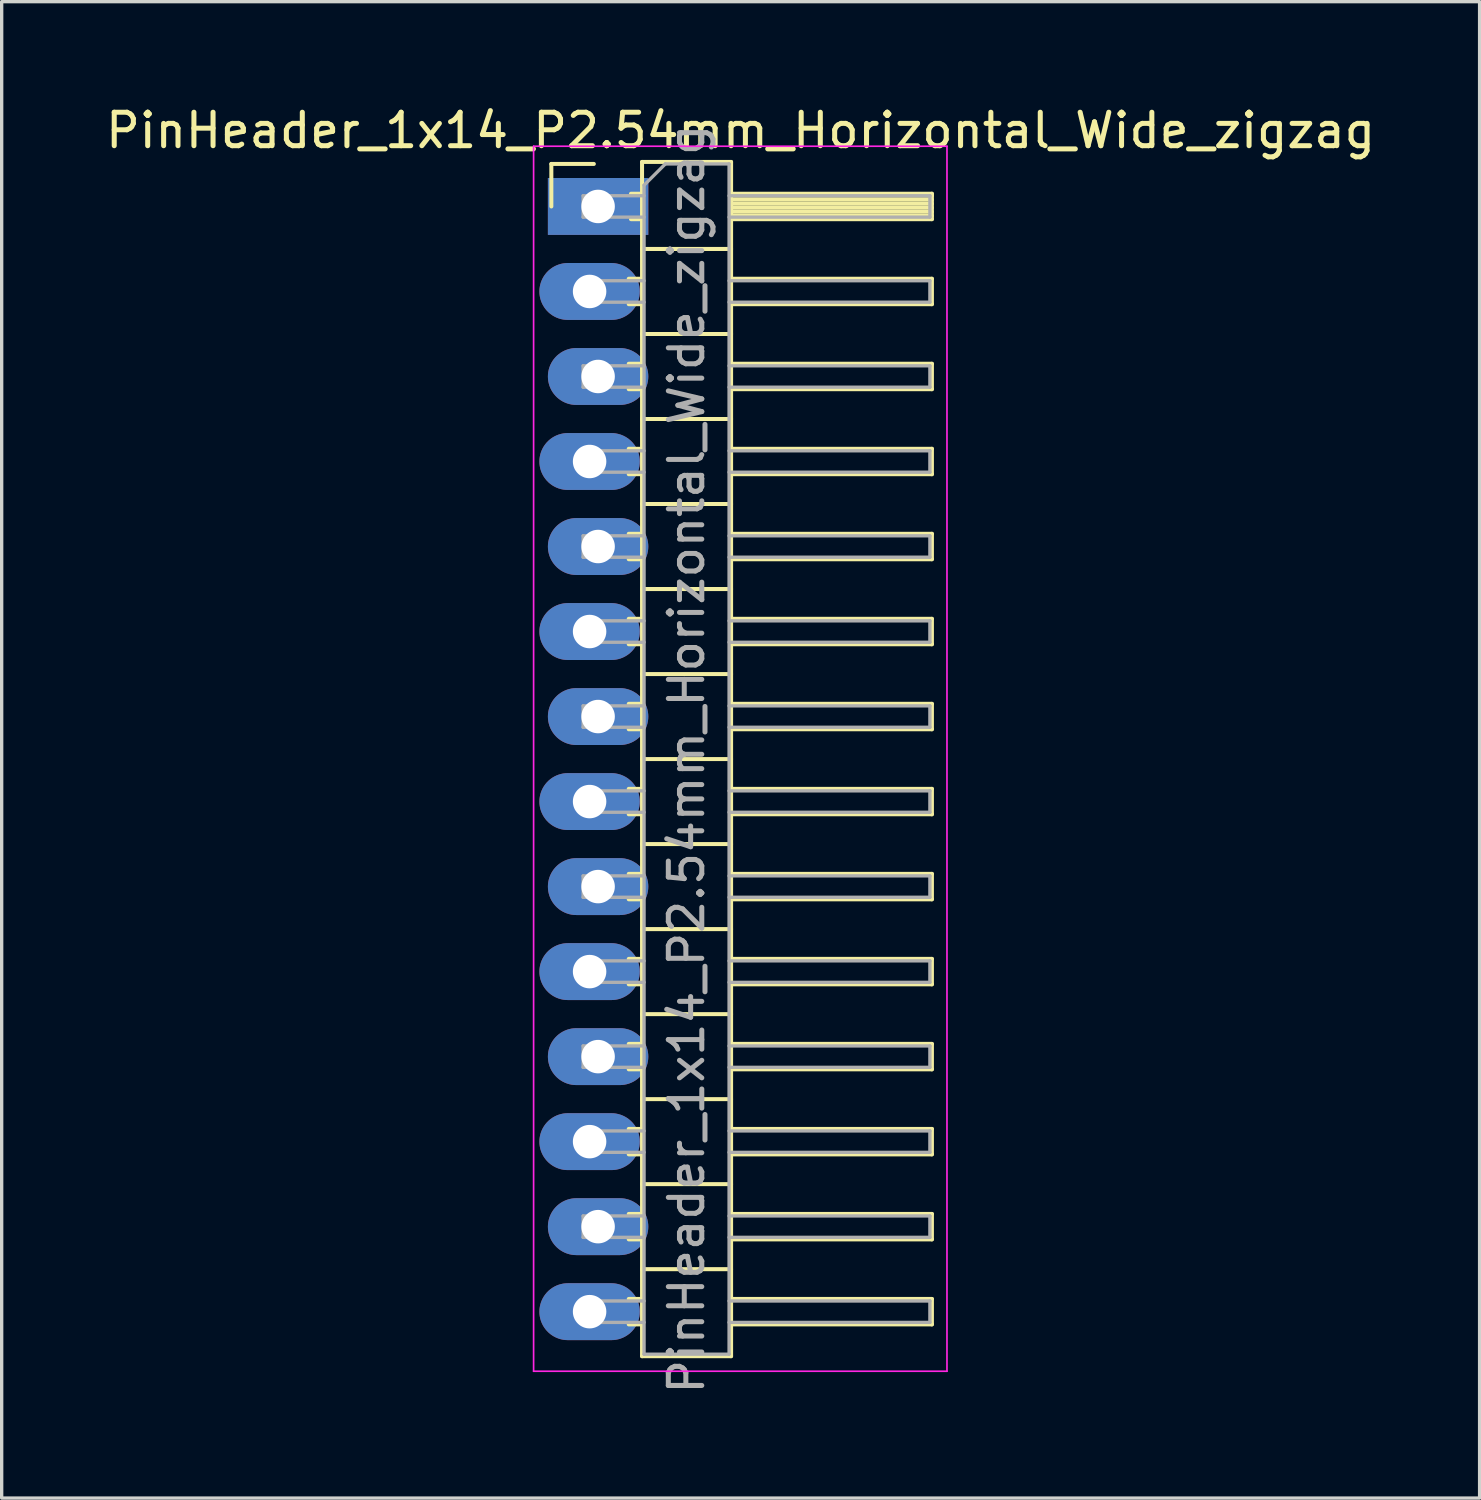
<source format=kicad_pcb>
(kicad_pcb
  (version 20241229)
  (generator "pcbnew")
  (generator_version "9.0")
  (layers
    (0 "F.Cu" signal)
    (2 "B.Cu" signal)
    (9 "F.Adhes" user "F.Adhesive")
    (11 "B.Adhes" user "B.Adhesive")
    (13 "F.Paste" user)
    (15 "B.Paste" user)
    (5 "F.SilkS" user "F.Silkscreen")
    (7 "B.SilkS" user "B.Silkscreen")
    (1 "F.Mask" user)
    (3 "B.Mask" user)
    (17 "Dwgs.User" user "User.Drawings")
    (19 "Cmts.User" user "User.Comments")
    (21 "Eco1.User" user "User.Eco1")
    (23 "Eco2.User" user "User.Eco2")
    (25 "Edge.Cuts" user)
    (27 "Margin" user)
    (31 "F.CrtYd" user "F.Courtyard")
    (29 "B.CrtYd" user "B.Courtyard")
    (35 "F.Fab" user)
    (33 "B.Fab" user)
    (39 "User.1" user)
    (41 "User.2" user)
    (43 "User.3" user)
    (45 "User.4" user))
  (footprint "PinHeader_1x14_P2.54mm_Horizontal_Wide_zigzag"
    (layer "F.Cu")
    (at 14.692 3.118)
    (property "Reference" "PinHeader_1x14_P2.54mm_Horizontal_Wide_zigzag" (at 4.385 -2.27 0) (layer "F.SilkS") (effects (font (size 1 1) (thickness 0.15))))
    (attr through_hole)
    (fp_line (start -1.27 -1.27) (end 0 -1.27) (stroke (width 0.12) (type solid)) (layer "F.SilkS"))
    (fp_line (start -1.27 0) (end -1.27 -1.27) (stroke (width 0.12) (type solid)) (layer "F.SilkS"))
    (fp_line (start 1.043 2.16) (end 1.44 2.16) (stroke (width 0.12) (type solid)) (layer "F.SilkS"))
    (fp_line (start 1.043 2.92) (end 1.44 2.92) (stroke (width 0.12) (type solid)) (layer "F.SilkS"))
    (fp_line (start 1.043 4.7) (end 1.44 4.7) (stroke (width 0.12) (type solid)) (layer "F.SilkS"))
    (fp_line (start 1.043 5.46) (end 1.44 5.46) (stroke (width 0.12) (type solid)) (layer "F.SilkS"))
    (fp_line (start 1.043 7.24) (end 1.44 7.24) (stroke (width 0.12) (type solid)) (layer "F.SilkS"))
    (fp_line (start 1.043 8) (end 1.44 8) (stroke (width 0.12) (type solid)) (layer "F.SilkS"))
    (fp_line (start 1.043 9.78) (end 1.44 9.78) (stroke (width 0.12) (type solid)) (layer "F.SilkS"))
    (fp_line (start 1.043 10.54) (end 1.44 10.54) (stroke (width 0.12) (type solid)) (layer "F.SilkS"))
    (fp_line (start 1.043 12.32) (end 1.44 12.32) (stroke (width 0.12) (type solid)) (layer "F.SilkS"))
    (fp_line (start 1.043 13.08) (end 1.44 13.08) (stroke (width 0.12) (type solid)) (layer "F.SilkS"))
    (fp_line (start 1.043 14.86) (end 1.44 14.86) (stroke (width 0.12) (type solid)) (layer "F.SilkS"))
    (fp_line (start 1.043 15.62) (end 1.44 15.62) (stroke (width 0.12) (type solid)) (layer "F.SilkS"))
    (fp_line (start 1.043 17.4) (end 1.44 17.4) (stroke (width 0.12) (type solid)) (layer "F.SilkS"))
    (fp_line (start 1.043 18.16) (end 1.44 18.16) (stroke (width 0.12) (type solid)) (layer "F.SilkS"))
    (fp_line (start 1.043 19.94) (end 1.44 19.94) (stroke (width 0.12) (type solid)) (layer "F.SilkS"))
    (fp_line (start 1.043 20.7) (end 1.44 20.7) (stroke (width 0.12) (type solid)) (layer "F.SilkS"))
    (fp_line (start 1.043 22.48) (end 1.44 22.48) (stroke (width 0.12) (type solid)) (layer "F.SilkS"))
    (fp_line (start 1.043 23.24) (end 1.44 23.24) (stroke (width 0.12) (type solid)) (layer "F.SilkS"))
    (fp_line (start 1.043 25.02) (end 1.44 25.02) (stroke (width 0.12) (type solid)) (layer "F.SilkS"))
    (fp_line (start 1.043 25.78) (end 1.44 25.78) (stroke (width 0.12) (type solid)) (layer "F.SilkS"))
    (fp_line (start 1.043 27.56) (end 1.44 27.56) (stroke (width 0.12) (type solid)) (layer "F.SilkS"))
    (fp_line (start 1.043 28.32) (end 1.44 28.32) (stroke (width 0.12) (type solid)) (layer "F.SilkS"))
    (fp_line (start 1.043 30.1) (end 1.44 30.1) (stroke (width 0.12) (type solid)) (layer "F.SilkS"))
    (fp_line (start 1.043 30.86) (end 1.44 30.86) (stroke (width 0.12) (type solid)) (layer "F.SilkS"))
    (fp_line (start 1.043 32.64) (end 1.44 32.64) (stroke (width 0.12) (type solid)) (layer "F.SilkS"))
    (fp_line (start 1.043 33.4) (end 1.44 33.4) (stroke (width 0.12) (type solid)) (layer "F.SilkS"))
    (fp_line (start 1.11 -0.38) (end 1.44 -0.38) (stroke (width 0.12) (type solid)) (layer "F.SilkS"))
    (fp_line (start 1.11 0.38) (end 1.44 0.38) (stroke (width 0.12) (type solid)) (layer "F.SilkS"))
    (fp_line (start 1.44 -1.33) (end 1.44 34.35) (stroke (width 0.12) (type solid)) (layer "F.SilkS"))
    (fp_line (start 1.44 1.27) (end 4.1 1.27) (stroke (width 0.12) (type solid)) (layer "F.SilkS"))
    (fp_line (start 1.44 3.81) (end 4.1 3.81) (stroke (width 0.12) (type solid)) (layer "F.SilkS"))
    (fp_line (start 1.44 6.35) (end 4.1 6.35) (stroke (width 0.12) (type solid)) (layer "F.SilkS"))
    (fp_line (start 1.44 8.89) (end 4.1 8.89) (stroke (width 0.12) (type solid)) (layer "F.SilkS"))
    (fp_line (start 1.44 11.43) (end 4.1 11.43) (stroke (width 0.12) (type solid)) (layer "F.SilkS"))
    (fp_line (start 1.44 13.97) (end 4.1 13.97) (stroke (width 0.12) (type solid)) (layer "F.SilkS"))
    (fp_line (start 1.44 16.51) (end 4.1 16.51) (stroke (width 0.12) (type solid)) (layer "F.SilkS"))
    (fp_line (start 1.44 19.05) (end 4.1 19.05) (stroke (width 0.12) (type solid)) (layer "F.SilkS"))
    (fp_line (start 1.44 21.59) (end 4.1 21.59) (stroke (width 0.12) (type solid)) (layer "F.SilkS"))
    (fp_line (start 1.44 24.13) (end 4.1 24.13) (stroke (width 0.12) (type solid)) (layer "F.SilkS"))
    (fp_line (start 1.44 26.67) (end 4.1 26.67) (stroke (width 0.12) (type solid)) (layer "F.SilkS"))
    (fp_line (start 1.44 29.21) (end 4.1 29.21) (stroke (width 0.12) (type solid)) (layer "F.SilkS"))
    (fp_line (start 1.44 31.75) (end 4.1 31.75) (stroke (width 0.12) (type solid)) (layer "F.SilkS"))
    (fp_line (start 1.44 34.35) (end 4.1 34.35) (stroke (width 0.12) (type solid)) (layer "F.SilkS"))
    (fp_line (start 4.1 -1.33) (end 1.44 -1.33) (stroke (width 0.12) (type solid)) (layer "F.SilkS"))
    (fp_line (start 4.1 -0.38) (end 10.1 -0.38) (stroke (width 0.12) (type solid)) (layer "F.SilkS"))
    (fp_line (start 4.1 -0.32) (end 10.1 -0.32) (stroke (width 0.12) (type solid)) (layer "F.SilkS"))
    (fp_line (start 4.1 -0.2) (end 10.1 -0.2) (stroke (width 0.12) (type solid)) (layer "F.SilkS"))
    (fp_line (start 4.1 -0.08) (end 10.1 -0.08) (stroke (width 0.12) (type solid)) (layer "F.SilkS"))
    (fp_line (start 4.1 0.04) (end 10.1 0.04) (stroke (width 0.12) (type solid)) (layer "F.SilkS"))
    (fp_line (start 4.1 0.16) (end 10.1 0.16) (stroke (width 0.12) (type solid)) (layer "F.SilkS"))
    (fp_line (start 4.1 0.28) (end 10.1 0.28) (stroke (width 0.12) (type solid)) (layer "F.SilkS"))
    (fp_line (start 4.1 2.16) (end 10.1 2.16) (stroke (width 0.12) (type solid)) (layer "F.SilkS"))
    (fp_line (start 4.1 4.7) (end 10.1 4.7) (stroke (width 0.12) (type solid)) (layer "F.SilkS"))
    (fp_line (start 4.1 7.24) (end 10.1 7.24) (stroke (width 0.12) (type solid)) (layer "F.SilkS"))
    (fp_line (start 4.1 9.78) (end 10.1 9.78) (stroke (width 0.12) (type solid)) (layer "F.SilkS"))
    (fp_line (start 4.1 12.32) (end 10.1 12.32) (stroke (width 0.12) (type solid)) (layer "F.SilkS"))
    (fp_line (start 4.1 14.86) (end 10.1 14.86) (stroke (width 0.12) (type solid)) (layer "F.SilkS"))
    (fp_line (start 4.1 17.4) (end 10.1 17.4) (stroke (width 0.12) (type solid)) (layer "F.SilkS"))
    (fp_line (start 4.1 19.94) (end 10.1 19.94) (stroke (width 0.12) (type solid)) (layer "F.SilkS"))
    (fp_line (start 4.1 22.48) (end 10.1 22.48) (stroke (width 0.12) (type solid)) (layer "F.SilkS"))
    (fp_line (start 4.1 25.02) (end 10.1 25.02) (stroke (width 0.12) (type solid)) (layer "F.SilkS"))
    (fp_line (start 4.1 27.56) (end 10.1 27.56) (stroke (width 0.12) (type solid)) (layer "F.SilkS"))
    (fp_line (start 4.1 30.1) (end 10.1 30.1) (stroke (width 0.12) (type solid)) (layer "F.SilkS"))
    (fp_line (start 4.1 32.64) (end 10.1 32.64) (stroke (width 0.12) (type solid)) (layer "F.SilkS"))
    (fp_line (start 4.1 34.35) (end 4.1 -1.33) (stroke (width 0.12) (type solid)) (layer "F.SilkS"))
    (fp_line (start 10.1 -0.38) (end 10.1 0.38) (stroke (width 0.12) (type solid)) (layer "F.SilkS"))
    (fp_line (start 10.1 0.38) (end 4.1 0.38) (stroke (width 0.12) (type solid)) (layer "F.SilkS"))
    (fp_line (start 10.1 2.16) (end 10.1 2.92) (stroke (width 0.12) (type solid)) (layer "F.SilkS"))
    (fp_line (start 10.1 2.92) (end 4.1 2.92) (stroke (width 0.12) (type solid)) (layer "F.SilkS"))
    (fp_line (start 10.1 4.7) (end 10.1 5.46) (stroke (width 0.12) (type solid)) (layer "F.SilkS"))
    (fp_line (start 10.1 5.46) (end 4.1 5.46) (stroke (width 0.12) (type solid)) (layer "F.SilkS"))
    (fp_line (start 10.1 7.24) (end 10.1 8) (stroke (width 0.12) (type solid)) (layer "F.SilkS"))
    (fp_line (start 10.1 8) (end 4.1 8) (stroke (width 0.12) (type solid)) (layer "F.SilkS"))
    (fp_line (start 10.1 9.78) (end 10.1 10.54) (stroke (width 0.12) (type solid)) (layer "F.SilkS"))
    (fp_line (start 10.1 10.54) (end 4.1 10.54) (stroke (width 0.12) (type solid)) (layer "F.SilkS"))
    (fp_line (start 10.1 12.32) (end 10.1 13.08) (stroke (width 0.12) (type solid)) (layer "F.SilkS"))
    (fp_line (start 10.1 13.08) (end 4.1 13.08) (stroke (width 0.12) (type solid)) (layer "F.SilkS"))
    (fp_line (start 10.1 14.86) (end 10.1 15.62) (stroke (width 0.12) (type solid)) (layer "F.SilkS"))
    (fp_line (start 10.1 15.62) (end 4.1 15.62) (stroke (width 0.12) (type solid)) (layer "F.SilkS"))
    (fp_line (start 10.1 17.4) (end 10.1 18.16) (stroke (width 0.12) (type solid)) (layer "F.SilkS"))
    (fp_line (start 10.1 18.16) (end 4.1 18.16) (stroke (width 0.12) (type solid)) (layer "F.SilkS"))
    (fp_line (start 10.1 19.94) (end 10.1 20.7) (stroke (width 0.12) (type solid)) (layer "F.SilkS"))
    (fp_line (start 10.1 20.7) (end 4.1 20.7) (stroke (width 0.12) (type solid)) (layer "F.SilkS"))
    (fp_line (start 10.1 22.48) (end 10.1 23.24) (stroke (width 0.12) (type solid)) (layer "F.SilkS"))
    (fp_line (start 10.1 23.24) (end 4.1 23.24) (stroke (width 0.12) (type solid)) (layer "F.SilkS"))
    (fp_line (start 10.1 25.02) (end 10.1 25.78) (stroke (width 0.12) (type solid)) (layer "F.SilkS"))
    (fp_line (start 10.1 25.78) (end 4.1 25.78) (stroke (width 0.12) (type solid)) (layer "F.SilkS"))
    (fp_line (start 10.1 27.56) (end 10.1 28.32) (stroke (width 0.12) (type solid)) (layer "F.SilkS"))
    (fp_line (start 10.1 28.32) (end 4.1 28.32) (stroke (width 0.12) (type solid)) (layer "F.SilkS"))
    (fp_line (start 10.1 30.1) (end 10.1 30.86) (stroke (width 0.12) (type solid)) (layer "F.SilkS"))
    (fp_line (start 10.1 30.86) (end 4.1 30.86) (stroke (width 0.12) (type solid)) (layer "F.SilkS"))
    (fp_line (start 10.1 32.64) (end 10.1 33.4) (stroke (width 0.12) (type solid)) (layer "F.SilkS"))
    (fp_line (start 10.1 33.4) (end 4.1 33.4) (stroke (width 0.12) (type solid)) (layer "F.SilkS"))
    (fp_line (start -1.8 -1.8) (end -1.8 34.8) (stroke (width 0.05) (type solid)) (layer "F.CrtYd"))
    (fp_line (start -1.8 34.8) (end 10.55 34.8) (stroke (width 0.05) (type solid)) (layer "F.CrtYd"))
    (fp_line (start 10.55 -1.8) (end -1.8 -1.8) (stroke (width 0.05) (type solid)) (layer "F.CrtYd"))
    (fp_line (start 10.55 34.8) (end 10.55 -1.8) (stroke (width 0.05) (type solid)) (layer "F.CrtYd"))
    (fp_line (start -0.32 -0.32) (end -0.32 0.32) (stroke (width 0.1) (type solid)) (layer "F.Fab"))
    (fp_line (start -0.32 -0.32) (end 1.5 -0.32) (stroke (width 0.1) (type solid)) (layer "F.Fab"))
    (fp_line (start -0.32 0.32) (end 1.5 0.32) (stroke (width 0.1) (type solid)) (layer "F.Fab"))
    (fp_line (start -0.32 2.22) (end -0.32 2.86) (stroke (width 0.1) (type solid)) (layer "F.Fab"))
    (fp_line (start -0.32 2.22) (end 1.5 2.22) (stroke (width 0.1) (type solid)) (layer "F.Fab"))
    (fp_line (start -0.32 2.86) (end 1.5 2.86) (stroke (width 0.1) (type solid)) (layer "F.Fab"))
    (fp_line (start -0.32 4.76) (end -0.32 5.4) (stroke (width 0.1) (type solid)) (layer "F.Fab"))
    (fp_line (start -0.32 4.76) (end 1.5 4.76) (stroke (width 0.1) (type solid)) (layer "F.Fab"))
    (fp_line (start -0.32 5.4) (end 1.5 5.4) (stroke (width 0.1) (type solid)) (layer "F.Fab"))
    (fp_line (start -0.32 7.3) (end -0.32 7.94) (stroke (width 0.1) (type solid)) (layer "F.Fab"))
    (fp_line (start -0.32 7.3) (end 1.5 7.3) (stroke (width 0.1) (type solid)) (layer "F.Fab"))
    (fp_line (start -0.32 7.94) (end 1.5 7.94) (stroke (width 0.1) (type solid)) (layer "F.Fab"))
    (fp_line (start -0.32 9.84) (end -0.32 10.48) (stroke (width 0.1) (type solid)) (layer "F.Fab"))
    (fp_line (start -0.32 9.84) (end 1.5 9.84) (stroke (width 0.1) (type solid)) (layer "F.Fab"))
    (fp_line (start -0.32 10.48) (end 1.5 10.48) (stroke (width 0.1) (type solid)) (layer "F.Fab"))
    (fp_line (start -0.32 12.38) (end -0.32 13.02) (stroke (width 0.1) (type solid)) (layer "F.Fab"))
    (fp_line (start -0.32 12.38) (end 1.5 12.38) (stroke (width 0.1) (type solid)) (layer "F.Fab"))
    (fp_line (start -0.32 13.02) (end 1.5 13.02) (stroke (width 0.1) (type solid)) (layer "F.Fab"))
    (fp_line (start -0.32 14.92) (end -0.32 15.56) (stroke (width 0.1) (type solid)) (layer "F.Fab"))
    (fp_line (start -0.32 14.92) (end 1.5 14.92) (stroke (width 0.1) (type solid)) (layer "F.Fab"))
    (fp_line (start -0.32 15.56) (end 1.5 15.56) (stroke (width 0.1) (type solid)) (layer "F.Fab"))
    (fp_line (start -0.32 17.46) (end -0.32 18.1) (stroke (width 0.1) (type solid)) (layer "F.Fab"))
    (fp_line (start -0.32 17.46) (end 1.5 17.46) (stroke (width 0.1) (type solid)) (layer "F.Fab"))
    (fp_line (start -0.32 18.1) (end 1.5 18.1) (stroke (width 0.1) (type solid)) (layer "F.Fab"))
    (fp_line (start -0.32 20) (end -0.32 20.64) (stroke (width 0.1) (type solid)) (layer "F.Fab"))
    (fp_line (start -0.32 20) (end 1.5 20) (stroke (width 0.1) (type solid)) (layer "F.Fab"))
    (fp_line (start -0.32 20.64) (end 1.5 20.64) (stroke (width 0.1) (type solid)) (layer "F.Fab"))
    (fp_line (start -0.32 22.54) (end -0.32 23.18) (stroke (width 0.1) (type solid)) (layer "F.Fab"))
    (fp_line (start -0.32 22.54) (end 1.5 22.54) (stroke (width 0.1) (type solid)) (layer "F.Fab"))
    (fp_line (start -0.32 23.18) (end 1.5 23.18) (stroke (width 0.1) (type solid)) (layer "F.Fab"))
    (fp_line (start -0.32 25.08) (end -0.32 25.72) (stroke (width 0.1) (type solid)) (layer "F.Fab"))
    (fp_line (start -0.32 25.08) (end 1.5 25.08) (stroke (width 0.1) (type solid)) (layer "F.Fab"))
    (fp_line (start -0.32 25.72) (end 1.5 25.72) (stroke (width 0.1) (type solid)) (layer "F.Fab"))
    (fp_line (start -0.32 27.62) (end -0.32 28.26) (stroke (width 0.1) (type solid)) (layer "F.Fab"))
    (fp_line (start -0.32 27.62) (end 1.5 27.62) (stroke (width 0.1) (type solid)) (layer "F.Fab"))
    (fp_line (start -0.32 28.26) (end 1.5 28.26) (stroke (width 0.1) (type solid)) (layer "F.Fab"))
    (fp_line (start -0.32 30.16) (end -0.32 30.8) (stroke (width 0.1) (type solid)) (layer "F.Fab"))
    (fp_line (start -0.32 30.16) (end 1.5 30.16) (stroke (width 0.1) (type solid)) (layer "F.Fab"))
    (fp_line (start -0.32 30.8) (end 1.5 30.8) (stroke (width 0.1) (type solid)) (layer "F.Fab"))
    (fp_line (start -0.32 32.7) (end -0.32 33.34) (stroke (width 0.1) (type solid)) (layer "F.Fab"))
    (fp_line (start -0.32 32.7) (end 1.5 32.7) (stroke (width 0.1) (type solid)) (layer "F.Fab"))
    (fp_line (start -0.32 33.34) (end 1.5 33.34) (stroke (width 0.1) (type solid)) (layer "F.Fab"))
    (fp_line (start 1.5 -0.635) (end 2.135 -1.27) (stroke (width 0.1) (type solid)) (layer "F.Fab"))
    (fp_line (start 1.5 34.29) (end 1.5 -0.635) (stroke (width 0.1) (type solid)) (layer "F.Fab"))
    (fp_line (start 2.135 -1.27) (end 4.04 -1.27) (stroke (width 0.1) (type solid)) (layer "F.Fab"))
    (fp_line (start 4.04 -1.27) (end 4.04 34.29) (stroke (width 0.1) (type solid)) (layer "F.Fab"))
    (fp_line (start 4.04 -0.32) (end 10.04 -0.32) (stroke (width 0.1) (type solid)) (layer "F.Fab"))
    (fp_line (start 4.04 0.32) (end 10.04 0.32) (stroke (width 0.1) (type solid)) (layer "F.Fab"))
    (fp_line (start 4.04 2.22) (end 10.04 2.22) (stroke (width 0.1) (type solid)) (layer "F.Fab"))
    (fp_line (start 4.04 2.86) (end 10.04 2.86) (stroke (width 0.1) (type solid)) (layer "F.Fab"))
    (fp_line (start 4.04 4.76) (end 10.04 4.76) (stroke (width 0.1) (type solid)) (layer "F.Fab"))
    (fp_line (start 4.04 5.4) (end 10.04 5.4) (stroke (width 0.1) (type solid)) (layer "F.Fab"))
    (fp_line (start 4.04 7.3) (end 10.04 7.3) (stroke (width 0.1) (type solid)) (layer "F.Fab"))
    (fp_line (start 4.04 7.94) (end 10.04 7.94) (stroke (width 0.1) (type solid)) (layer "F.Fab"))
    (fp_line (start 4.04 9.84) (end 10.04 9.84) (stroke (width 0.1) (type solid)) (layer "F.Fab"))
    (fp_line (start 4.04 10.48) (end 10.04 10.48) (stroke (width 0.1) (type solid)) (layer "F.Fab"))
    (fp_line (start 4.04 12.38) (end 10.04 12.38) (stroke (width 0.1) (type solid)) (layer "F.Fab"))
    (fp_line (start 4.04 13.02) (end 10.04 13.02) (stroke (width 0.1) (type solid)) (layer "F.Fab"))
    (fp_line (start 4.04 14.92) (end 10.04 14.92) (stroke (width 0.1) (type solid)) (layer "F.Fab"))
    (fp_line (start 4.04 15.56) (end 10.04 15.56) (stroke (width 0.1) (type solid)) (layer "F.Fab"))
    (fp_line (start 4.04 17.46) (end 10.04 17.46) (stroke (width 0.1) (type solid)) (layer "F.Fab"))
    (fp_line (start 4.04 18.1) (end 10.04 18.1) (stroke (width 0.1) (type solid)) (layer "F.Fab"))
    (fp_line (start 4.04 20) (end 10.04 20) (stroke (width 0.1) (type solid)) (layer "F.Fab"))
    (fp_line (start 4.04 20.64) (end 10.04 20.64) (stroke (width 0.1) (type solid)) (layer "F.Fab"))
    (fp_line (start 4.04 22.54) (end 10.04 22.54) (stroke (width 0.1) (type solid)) (layer "F.Fab"))
    (fp_line (start 4.04 23.18) (end 10.04 23.18) (stroke (width 0.1) (type solid)) (layer "F.Fab"))
    (fp_line (start 4.04 25.08) (end 10.04 25.08) (stroke (width 0.1) (type solid)) (layer "F.Fab"))
    (fp_line (start 4.04 25.72) (end 10.04 25.72) (stroke (width 0.1) (type solid)) (layer "F.Fab"))
    (fp_line (start 4.04 27.62) (end 10.04 27.62) (stroke (width 0.1) (type solid)) (layer "F.Fab"))
    (fp_line (start 4.04 28.26) (end 10.04 28.26) (stroke (width 0.1) (type solid)) (layer "F.Fab"))
    (fp_line (start 4.04 30.16) (end 10.04 30.16) (stroke (width 0.1) (type solid)) (layer "F.Fab"))
    (fp_line (start 4.04 30.8) (end 10.04 30.8) (stroke (width 0.1) (type solid)) (layer "F.Fab"))
    (fp_line (start 4.04 32.7) (end 10.04 32.7) (stroke (width 0.1) (type solid)) (layer "F.Fab"))
    (fp_line (start 4.04 33.34) (end 10.04 33.34) (stroke (width 0.1) (type solid)) (layer "F.Fab"))
    (fp_line (start 4.04 34.29) (end 1.5 34.29) (stroke (width 0.1) (type solid)) (layer "F.Fab"))
    (fp_line (start 10.04 -0.32) (end 10.04 0.32) (stroke (width 0.1) (type solid)) (layer "F.Fab"))
    (fp_line (start 10.04 2.22) (end 10.04 2.86) (stroke (width 0.1) (type solid)) (layer "F.Fab"))
    (fp_line (start 10.04 4.76) (end 10.04 5.4) (stroke (width 0.1) (type solid)) (layer "F.Fab"))
    (fp_line (start 10.04 7.3) (end 10.04 7.94) (stroke (width 0.1) (type solid)) (layer "F.Fab"))
    (fp_line (start 10.04 9.84) (end 10.04 10.48) (stroke (width 0.1) (type solid)) (layer "F.Fab"))
    (fp_line (start 10.04 12.38) (end 10.04 13.02) (stroke (width 0.1) (type solid)) (layer "F.Fab"))
    (fp_line (start 10.04 14.92) (end 10.04 15.56) (stroke (width 0.1) (type solid)) (layer "F.Fab"))
    (fp_line (start 10.04 17.46) (end 10.04 18.1) (stroke (width 0.1) (type solid)) (layer "F.Fab"))
    (fp_line (start 10.04 20) (end 10.04 20.64) (stroke (width 0.1) (type solid)) (layer "F.Fab"))
    (fp_line (start 10.04 22.54) (end 10.04 23.18) (stroke (width 0.1) (type solid)) (layer "F.Fab"))
    (fp_line (start 10.04 25.08) (end 10.04 25.72) (stroke (width 0.1) (type solid)) (layer "F.Fab"))
    (fp_line (start 10.04 27.62) (end 10.04 28.26) (stroke (width 0.1) (type solid)) (layer "F.Fab"))
    (fp_line (start 10.04 30.16) (end 10.04 30.8) (stroke (width 0.1) (type solid)) (layer "F.Fab"))
    (fp_line (start 10.04 32.7) (end 10.04 33.34) (stroke (width 0.1) (type solid)) (layer "F.Fab"))
    (fp_text user "${REFERENCE}" (at 2.77 16.51 90) (layer "F.Fab") (effects (font (size 1 1) (thickness 0.15))))
    (pad "1" thru_hole rect (at 0.127 0) (size 3 1.7) (drill 1) (layers "*.Cu" "*.Mask"))
    (pad "2" thru_hole oval (at -0.127 2.54) (size 3 1.7) (drill 1) (layers "*.Cu" "*.Mask"))
    (pad "3" thru_hole oval (at 0.127 5.08) (size 3 1.7) (drill 1) (layers "*.Cu" "*.Mask"))
    (pad "4" thru_hole oval (at -0.127 7.62) (size 3 1.7) (drill 1) (layers "*.Cu" "*.Mask"))
    (pad "5" thru_hole oval (at 0.127 10.16) (size 3 1.7) (drill 1) (layers "*.Cu" "*.Mask"))
    (pad "6" thru_hole oval (at -0.127 12.7) (size 3 1.7) (drill 1) (layers "*.Cu" "*.Mask"))
    (pad "7" thru_hole oval (at 0.127 15.24) (size 3 1.7) (drill 1) (layers "*.Cu" "*.Mask"))
    (pad "8" thru_hole oval (at -0.127 17.78) (size 3 1.7) (drill 1) (layers "*.Cu" "*.Mask"))
    (pad "9" thru_hole oval (at 0.127 20.32) (size 3 1.7) (drill 1) (layers "*.Cu" "*.Mask"))
    (pad "10" thru_hole oval (at -0.127 22.86) (size 3 1.7) (drill 1) (layers "*.Cu" "*.Mask"))
    (pad "11" thru_hole oval (at 0.127 25.4) (size 3 1.7) (drill 1) (layers "*.Cu" "*.Mask"))
    (pad "12" thru_hole oval (at -0.127 27.94) (size 3 1.7) (drill 1) (layers "*.Cu" "*.Mask"))
    (pad "13" thru_hole oval (at 0.127 30.48) (size 3 1.7) (drill 1) (layers "*.Cu" "*.Mask"))
    (pad "14" thru_hole oval (at -0.127 33.02) (size 3 1.7) (drill 1) (layers "*.Cu" "*.Mask")))
  (gr_rect
    (start -3 -3)
    (end 41.155 41.706)
    (stroke (width 0.1) (type default))
    (fill no)
    (layer "Edge.Cuts")))
</source>
